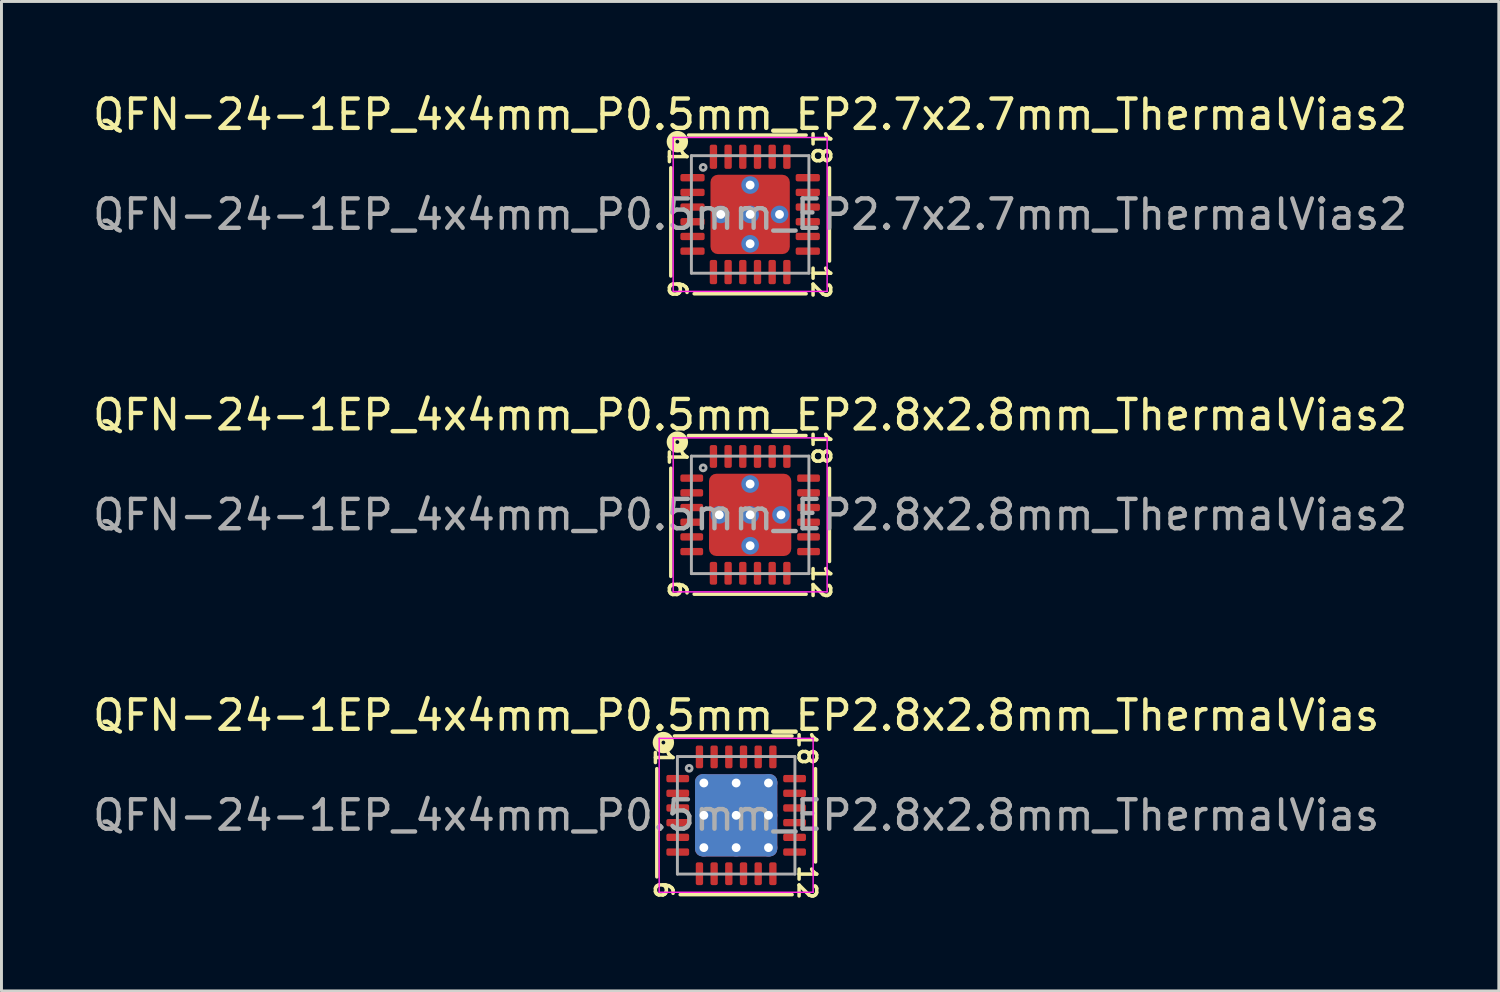
<source format=kicad_pcb>
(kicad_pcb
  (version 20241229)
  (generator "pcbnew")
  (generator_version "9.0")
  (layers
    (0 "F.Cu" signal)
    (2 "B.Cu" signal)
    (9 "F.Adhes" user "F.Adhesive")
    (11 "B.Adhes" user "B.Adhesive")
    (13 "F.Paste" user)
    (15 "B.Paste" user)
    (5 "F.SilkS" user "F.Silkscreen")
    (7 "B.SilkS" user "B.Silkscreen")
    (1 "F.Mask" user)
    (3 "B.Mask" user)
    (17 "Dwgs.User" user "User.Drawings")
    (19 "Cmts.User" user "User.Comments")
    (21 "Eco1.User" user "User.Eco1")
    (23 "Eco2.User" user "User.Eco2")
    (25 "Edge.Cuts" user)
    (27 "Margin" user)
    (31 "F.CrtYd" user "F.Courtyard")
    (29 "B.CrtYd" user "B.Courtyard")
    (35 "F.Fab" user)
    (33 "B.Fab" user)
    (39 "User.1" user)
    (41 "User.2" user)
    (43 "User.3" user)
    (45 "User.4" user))
  (footprint "QFN-24-1EP_4x4mm_P0.5mm_EP2.8x2.8mm_ThermalVias"
    (layer "F.Cu")
    (at 22.006 24.7)
    (property "Reference" "QFN-24-1EP_4x4mm_P0.5mm_EP2.8x2.8mm_ThermalVias" (at 0 -3.4 0) (layer "F.SilkS") (effects (font (size 1 1) (thickness 0.15))))
    (attr smd)
    (fp_line (start -2.7 -1.587) (end -2.7 2.095) (stroke (width 0.12) (type solid)) (layer "F.SilkS"))
    (fp_line (start -1.905 2.7) (end 1.905 2.7) (stroke (width 0.12) (type solid)) (layer "F.SilkS"))
    (fp_line (start 1.9 -2.7) (end -2.1 -2.7) (stroke (width 0.12) (type solid)) (layer "F.SilkS"))
    (fp_line (start 2.7 1.587) (end 2.7 -1.587) (stroke (width 0.12) (type solid)) (layer "F.SilkS"))
    (fp_circle (center -2.477 -2.477) (end -2.413 -2.477) (stroke (width 0.3) (type solid)) (fill no) (layer "F.SilkS"))
    (fp_line (start -2.62 -2.62) (end -2.62 2.62) (stroke (width 0.05) (type solid)) (layer "F.CrtYd"))
    (fp_line (start -2.62 2.62) (end 2.62 2.62) (stroke (width 0.05) (type solid)) (layer "F.CrtYd"))
    (fp_line (start 2.62 -2.62) (end -2.62 -2.62) (stroke (width 0.05) (type solid)) (layer "F.CrtYd"))
    (fp_line (start 2.62 2.62) (end 2.62 -2.62) (stroke (width 0.05) (type solid)) (layer "F.CrtYd"))
    (fp_line (start -2 -2) (end 2 -2) (stroke (width 0.1) (type solid)) (layer "F.Fab"))
    (fp_line (start -2 2) (end -2 -2) (stroke (width 0.1) (type solid)) (layer "F.Fab"))
    (fp_line (start 2 -2) (end 2 2) (stroke (width 0.1) (type solid)) (layer "F.Fab"))
    (fp_line (start 2 2) (end -2 2) (stroke (width 0.1) (type solid)) (layer "F.Fab"))
    (fp_circle (center -1.6 -1.6) (end -1.5 -1.6) (stroke (width 0.1) (type solid)) (fill no) (layer "F.Fab"))
    (fp_text user "1" (at -2.477 -1.968 270) (unlocked yes) (layer "F.SilkS") (effects (font (size 0.6 0.6) (thickness 0.12))))
    (fp_text user "12" (at 2.413 2.286 270) (unlocked yes) (layer "F.SilkS") (effects (font (size 0.6 0.6) (thickness 0.12))))
    (fp_text user "6" (at -2.477 2.54 270) (unlocked yes) (layer "F.SilkS") (effects (font (size 0.6 0.6) (thickness 0.12))))
    (fp_text user "18" (at 2.413 -2.286 270) (unlocked yes) (layer "F.SilkS") (effects (font (size 0.6 0.6) (thickness 0.12))))
    (fp_text user "${REFERENCE}" (at 0 0 0) (layer "F.Fab") (effects (font (size 1 1) (thickness 0.15))))
    (pad "" smd roundrect (at -0.7 -0.7) (size 1.21 1.21) (layers "F.Paste") (roundrect_rratio 0.207))
    (pad "" smd roundrect (at -0.7 0.7) (size 1.21 1.21) (layers "F.Paste") (roundrect_rratio 0.207))
    (pad "" smd roundrect (at 0.7 -0.7) (size 1.21 1.21) (layers "F.Paste") (roundrect_rratio 0.207))
    (pad "" smd roundrect (at 0.7 0.7) (size 1.21 1.21) (layers "F.Paste") (roundrect_rratio 0.207))
    (pad "1" smd roundrect (at -1.988 -1.25) (size 0.775 0.25) (layers "F.Cu" "F.Mask" "F.Paste") (roundrect_rratio 0.25))
    (pad "2" smd roundrect (at -1.988 -0.75) (size 0.775 0.25) (layers "F.Cu" "F.Mask" "F.Paste") (roundrect_rratio 0.25))
    (pad "3" smd roundrect (at -1.988 -0.25) (size 0.775 0.25) (layers "F.Cu" "F.Mask" "F.Paste") (roundrect_rratio 0.25))
    (pad "4" smd roundrect (at -1.988 0.25) (size 0.775 0.25) (layers "F.Cu" "F.Mask" "F.Paste") (roundrect_rratio 0.25))
    (pad "5" smd roundrect (at -1.988 0.75) (size 0.775 0.25) (layers "F.Cu" "F.Mask" "F.Paste") (roundrect_rratio 0.25))
    (pad "6" smd roundrect (at -1.988 1.25) (size 0.775 0.25) (layers "F.Cu" "F.Mask" "F.Paste") (roundrect_rratio 0.25))
    (pad "7" smd roundrect (at -1.25 1.988) (size 0.25 0.775) (layers "F.Cu" "F.Mask" "F.Paste") (roundrect_rratio 0.25))
    (pad "8" smd roundrect (at -0.75 1.988) (size 0.25 0.775) (layers "F.Cu" "F.Mask" "F.Paste") (roundrect_rratio 0.25))
    (pad "9" smd roundrect (at -0.25 1.988) (size 0.25 0.775) (layers "F.Cu" "F.Mask" "F.Paste") (roundrect_rratio 0.25))
    (pad "10" smd roundrect (at 0.25 1.988) (size 0.25 0.775) (layers "F.Cu" "F.Mask" "F.Paste") (roundrect_rratio 0.25))
    (pad "11" smd roundrect (at 0.75 1.988) (size 0.25 0.775) (layers "F.Cu" "F.Mask" "F.Paste") (roundrect_rratio 0.25))
    (pad "12" smd roundrect (at 1.25 1.988) (size 0.25 0.775) (layers "F.Cu" "F.Mask" "F.Paste") (roundrect_rratio 0.25))
    (pad "13" smd roundrect (at 1.988 1.25) (size 0.775 0.25) (layers "F.Cu" "F.Mask" "F.Paste") (roundrect_rratio 0.25))
    (pad "14" smd roundrect (at 1.988 0.75) (size 0.775 0.25) (layers "F.Cu" "F.Mask" "F.Paste") (roundrect_rratio 0.25))
    (pad "15" smd roundrect (at 1.988 0.25) (size 0.775 0.25) (layers "F.Cu" "F.Mask" "F.Paste") (roundrect_rratio 0.25))
    (pad "16" smd roundrect (at 1.988 -0.25) (size 0.775 0.25) (layers "F.Cu" "F.Mask" "F.Paste") (roundrect_rratio 0.25))
    (pad "17" smd roundrect (at 1.988 -0.75) (size 0.775 0.25) (layers "F.Cu" "F.Mask" "F.Paste") (roundrect_rratio 0.25))
    (pad "18" smd roundrect (at 1.988 -1.25) (size 0.775 0.25) (layers "F.Cu" "F.Mask" "F.Paste") (roundrect_rratio 0.25))
    (pad "19" smd roundrect (at 1.25 -1.988) (size 0.25 0.775) (layers "F.Cu" "F.Mask" "F.Paste") (roundrect_rratio 0.25))
    (pad "20" smd roundrect (at 0.75 -1.988) (size 0.25 0.775) (layers "F.Cu" "F.Mask" "F.Paste") (roundrect_rratio 0.25))
    (pad "21" smd roundrect (at 0.25 -1.988) (size 0.25 0.775) (layers "F.Cu" "F.Mask" "F.Paste") (roundrect_rratio 0.25))
    (pad "22" smd roundrect (at -0.25 -1.988) (size 0.25 0.775) (layers "F.Cu" "F.Mask" "F.Paste") (roundrect_rratio 0.25))
    (pad "23" smd roundrect (at -0.75 -1.988) (size 0.25 0.775) (layers "F.Cu" "F.Mask" "F.Paste") (roundrect_rratio 0.25))
    (pad "24" smd roundrect (at -1.25 -1.988) (size 0.25 0.775) (layers "F.Cu" "F.Mask" "F.Paste") (roundrect_rratio 0.25))
    (pad "25" thru_hole circle (at -1.1 -1.1) (size 0.6 0.6) (drill 0.3) (property pad_prop_heatsink) (layers "*.Cu"))
    (pad "25" thru_hole circle (at -1.1 0) (size 0.6 0.6) (drill 0.3) (property pad_prop_heatsink) (layers "*.Cu"))
    (pad "25" thru_hole circle (at -1.1 1.1) (size 0.6 0.6) (drill 0.3) (property pad_prop_heatsink) (layers "*.Cu"))
    (pad "25" thru_hole circle (at 0 -1.1) (size 0.6 0.6) (drill 0.3) (property pad_prop_heatsink) (layers "*.Cu"))
    (pad "25" thru_hole circle (at 0 0) (size 0.6 0.6) (drill 0.3) (property pad_prop_heatsink) (layers "*.Cu"))
    (pad "25" smd roundrect (at 0 0) (size 2.8 2.8) (layers "F.Cu" "F.Mask") (roundrect_rratio 0.089))
    (pad "25" smd roundrect (at 0 0) (size 2.8 2.8) (layers "B.Cu" "B.Mask") (roundrect_rratio 0.089))
    (pad "25" thru_hole circle (at 0 1.1) (size 0.6 0.6) (drill 0.3) (property pad_prop_heatsink) (layers "*.Cu"))
    (pad "25" thru_hole circle (at 1.1 -1.1) (size 0.6 0.6) (drill 0.3) (property pad_prop_heatsink) (layers "*.Cu"))
    (pad "25" thru_hole circle (at 1.1 0) (size 0.6 0.6) (drill 0.3) (property pad_prop_heatsink) (layers "*.Cu"))
    (pad "25" thru_hole circle (at 1.1 1.1) (size 0.6 0.6) (drill 0.3) (property pad_prop_heatsink) (layers "*.Cu")))
  (footprint "QFN-24-1EP_4x4mm_P0.5mm_EP2.8x2.8mm_ThermalVias2"
    (layer "F.Cu")
    (at 22.482 14.474)
    (property "Reference" "QFN-24-1EP_4x4mm_P0.5mm_EP2.8x2.8mm_ThermalVias2" (at 0 -3.4 0) (layer "F.SilkS") (effects (font (size 1 1) (thickness 0.15))))
    (attr smd)
    (fp_line (start -2.7 -1.587) (end -2.7 2.095) (stroke (width 0.12) (type solid)) (layer "F.SilkS"))
    (fp_line (start -1.905 2.7) (end 1.905 2.7) (stroke (width 0.12) (type solid)) (layer "F.SilkS"))
    (fp_line (start 1.9 -2.7) (end -2.1 -2.7) (stroke (width 0.12) (type solid)) (layer "F.SilkS"))
    (fp_line (start 2.7 1.587) (end 2.7 -1.587) (stroke (width 0.12) (type solid)) (layer "F.SilkS"))
    (fp_circle (center -2.477 -2.477) (end -2.413 -2.477) (stroke (width 0.3) (type solid)) (fill no) (layer "F.SilkS"))
    (fp_line (start -2.62 -2.62) (end -2.62 2.62) (stroke (width 0.05) (type solid)) (layer "F.CrtYd"))
    (fp_line (start -2.62 2.62) (end 2.62 2.62) (stroke (width 0.05) (type solid)) (layer "F.CrtYd"))
    (fp_line (start 2.62 -2.62) (end -2.62 -2.62) (stroke (width 0.05) (type solid)) (layer "F.CrtYd"))
    (fp_line (start 2.62 2.62) (end 2.62 -2.62) (stroke (width 0.05) (type solid)) (layer "F.CrtYd"))
    (fp_line (start -2 -2) (end 2 -2) (stroke (width 0.1) (type solid)) (layer "F.Fab"))
    (fp_line (start -2 2) (end -2 -2) (stroke (width 0.1) (type solid)) (layer "F.Fab"))
    (fp_line (start 2 -2) (end 2 2) (stroke (width 0.1) (type solid)) (layer "F.Fab"))
    (fp_line (start 2 2) (end -2 2) (stroke (width 0.1) (type solid)) (layer "F.Fab"))
    (fp_circle (center -1.6 -1.6) (end -1.5 -1.6) (stroke (width 0.1) (type solid)) (fill no) (layer "F.Fab"))
    (fp_text user "1" (at -2.477 -1.968 270) (unlocked yes) (layer "F.SilkS") (effects (font (size 0.6 0.6) (thickness 0.12))))
    (fp_text user "6" (at -2.477 2.54 270) (unlocked yes) (layer "F.SilkS") (effects (font (size 0.6 0.6) (thickness 0.12))))
    (fp_text user "12" (at 2.413 2.286 270) (unlocked yes) (layer "F.SilkS") (effects (font (size 0.6 0.6) (thickness 0.12))))
    (fp_text user "18" (at 2.413 -2.286 270) (unlocked yes) (layer "F.SilkS") (effects (font (size 0.6 0.6) (thickness 0.12))))
    (fp_text user "${REFERENCE}" (at 0 0 0) (layer "F.Fab") (effects (font (size 1 1) (thickness 0.15))))
    (pad "" smd roundrect (at -0.8 -0.8) (size 0.8 0.8) (layers "F.Paste") (roundrect_rratio 0.25))
    (pad "" smd roundrect (at -0.8 -0.8) (size 1 1) (layers "F.Mask") (roundrect_rratio 0.238))
    (pad "" smd roundrect (at -0.8 0.8) (size 0.8 0.8) (layers "F.Paste") (roundrect_rratio 0.25))
    (pad "" smd roundrect (at -0.8 0.8) (size 1 1) (layers "F.Mask") (roundrect_rratio 0.238))
    (pad "" smd roundrect (at 0.8 -0.8) (size 0.8 0.8) (layers "F.Paste") (roundrect_rratio 0.25))
    (pad "" smd roundrect (at 0.8 -0.8) (size 1 1) (layers "F.Mask") (roundrect_rratio 0.238))
    (pad "" smd roundrect (at 0.8 0.8) (size 0.8 0.8) (layers "F.Paste") (roundrect_rratio 0.25))
    (pad "" smd roundrect (at 0.8 0.8) (size 1 1) (layers "F.Mask") (roundrect_rratio 0.238))
    (pad "1" smd roundrect (at -1.988 -1.25) (size 0.775 0.25) (layers "F.Cu" "F.Mask" "F.Paste") (roundrect_rratio 0.25))
    (pad "2" smd roundrect (at -1.988 -0.75) (size 0.775 0.25) (layers "F.Cu" "F.Mask" "F.Paste") (roundrect_rratio 0.25))
    (pad "3" smd roundrect (at -1.988 -0.25) (size 0.775 0.25) (layers "F.Cu" "F.Mask" "F.Paste") (roundrect_rratio 0.25))
    (pad "4" smd roundrect (at -1.988 0.25) (size 0.775 0.25) (layers "F.Cu" "F.Mask" "F.Paste") (roundrect_rratio 0.25))
    (pad "5" smd roundrect (at -1.988 0.75) (size 0.775 0.25) (layers "F.Cu" "F.Mask" "F.Paste") (roundrect_rratio 0.25))
    (pad "6" smd roundrect (at -1.988 1.25) (size 0.775 0.25) (layers "F.Cu" "F.Mask" "F.Paste") (roundrect_rratio 0.25))
    (pad "7" smd roundrect (at -1.25 1.988) (size 0.25 0.775) (layers "F.Cu" "F.Mask" "F.Paste") (roundrect_rratio 0.25))
    (pad "8" smd roundrect (at -0.75 1.988) (size 0.25 0.775) (layers "F.Cu" "F.Mask" "F.Paste") (roundrect_rratio 0.25))
    (pad "9" smd roundrect (at -0.25 1.988) (size 0.25 0.775) (layers "F.Cu" "F.Mask" "F.Paste") (roundrect_rratio 0.25))
    (pad "10" smd roundrect (at 0.25 1.988) (size 0.25 0.775) (layers "F.Cu" "F.Mask" "F.Paste") (roundrect_rratio 0.25))
    (pad "11" smd roundrect (at 0.75 1.988) (size 0.25 0.775) (layers "F.Cu" "F.Mask" "F.Paste") (roundrect_rratio 0.25))
    (pad "12" smd roundrect (at 1.25 1.988) (size 0.25 0.775) (layers "F.Cu" "F.Mask" "F.Paste") (roundrect_rratio 0.25))
    (pad "13" smd roundrect (at 1.988 1.25) (size 0.775 0.25) (layers "F.Cu" "F.Mask" "F.Paste") (roundrect_rratio 0.25))
    (pad "14" smd roundrect (at 1.988 0.75) (size 0.775 0.25) (layers "F.Cu" "F.Mask" "F.Paste") (roundrect_rratio 0.25))
    (pad "15" smd roundrect (at 1.988 0.25) (size 0.775 0.25) (layers "F.Cu" "F.Mask" "F.Paste") (roundrect_rratio 0.25))
    (pad "16" smd roundrect (at 1.988 -0.25) (size 0.775 0.25) (layers "F.Cu" "F.Mask" "F.Paste") (roundrect_rratio 0.25))
    (pad "17" smd roundrect (at 1.988 -0.75) (size 0.775 0.25) (layers "F.Cu" "F.Mask" "F.Paste") (roundrect_rratio 0.25))
    (pad "18" smd roundrect (at 1.988 -1.25) (size 0.775 0.25) (layers "F.Cu" "F.Mask" "F.Paste") (roundrect_rratio 0.25))
    (pad "19" smd roundrect (at 1.25 -1.988) (size 0.25 0.775) (layers "F.Cu" "F.Mask" "F.Paste") (roundrect_rratio 0.25))
    (pad "20" smd roundrect (at 0.75 -1.988) (size 0.25 0.775) (layers "F.Cu" "F.Mask" "F.Paste") (roundrect_rratio 0.25))
    (pad "21" smd roundrect (at 0.25 -1.988) (size 0.25 0.775) (layers "F.Cu" "F.Mask" "F.Paste") (roundrect_rratio 0.25))
    (pad "22" smd roundrect (at -0.25 -1.988) (size 0.25 0.775) (layers "F.Cu" "F.Mask" "F.Paste") (roundrect_rratio 0.25))
    (pad "23" smd roundrect (at -0.75 -1.988) (size 0.25 0.775) (layers "F.Cu" "F.Mask" "F.Paste") (roundrect_rratio 0.25))
    (pad "24" smd roundrect (at -1.25 -1.988) (size 0.25 0.775) (layers "F.Cu" "F.Mask" "F.Paste") (roundrect_rratio 0.25))
    (pad "25" thru_hole circle (at -1.05 0) (size 0.6 0.6) (drill 0.3) (property pad_prop_heatsink) (layers "*.Cu" "*.Mask"))
    (pad "25" thru_hole circle (at 0 -1.05) (size 0.6 0.6) (drill 0.3) (property pad_prop_heatsink) (layers "*.Cu" "*.Mask"))
    (pad "25" thru_hole circle (at 0 0) (size 0.6 0.6) (drill 0.3) (property pad_prop_heatsink) (layers "*.Cu" "*.Mask"))
    (pad "25" smd roundrect (at 0 0) (size 2.8 2.8) (layers "F.Cu") (roundrect_rratio 0.089))
    (pad "25" thru_hole circle (at 0 1.05) (size 0.6 0.6) (drill 0.3) (property pad_prop_heatsink) (layers "*.Cu" "*.Mask"))
    (pad "25" thru_hole circle (at 1.05 0) (size 0.6 0.6) (drill 0.3) (property pad_prop_heatsink) (layers "*.Cu" "*.Mask")))
  (footprint "QFN-24-1EP_4x4mm_P0.5mm_EP2.7x2.7mm_ThermalVias2"
    (layer "F.Cu")
    (at 22.482 4.248)
    (property "Reference" "QFN-24-1EP_4x4mm_P0.5mm_EP2.7x2.7mm_ThermalVias2" (at 0 -3.4 0) (layer "F.SilkS") (effects (font (size 1 1) (thickness 0.15))))
    (attr smd)
    (fp_line (start -2.7 -1.587) (end -2.7 2.095) (stroke (width 0.12) (type solid)) (layer "F.SilkS"))
    (fp_line (start -1.905 2.7) (end 1.905 2.7) (stroke (width 0.12) (type solid)) (layer "F.SilkS"))
    (fp_line (start 1.905 -2.7) (end -2.095 -2.7) (stroke (width 0.12) (type solid)) (layer "F.SilkS"))
    (fp_line (start 2.7 1.587) (end 2.7 -1.587) (stroke (width 0.12) (type solid)) (layer "F.SilkS"))
    (fp_circle (center -2.477 -2.477) (end -2.413 -2.477) (stroke (width 0.3) (type solid)) (fill no) (layer "F.SilkS"))
    (fp_line (start -2.62 -2.62) (end -2.62 2.62) (stroke (width 0.05) (type solid)) (layer "F.CrtYd"))
    (fp_line (start -2.62 2.62) (end 2.62 2.62) (stroke (width 0.05) (type solid)) (layer "F.CrtYd"))
    (fp_line (start 2.62 -2.62) (end -2.62 -2.62) (stroke (width 0.05) (type solid)) (layer "F.CrtYd"))
    (fp_line (start 2.62 2.62) (end 2.62 -2.62) (stroke (width 0.05) (type solid)) (layer "F.CrtYd"))
    (fp_line (start -2 -2) (end 2 -2) (stroke (width 0.1) (type solid)) (layer "F.Fab"))
    (fp_line (start -2 2) (end -2 -2) (stroke (width 0.1) (type solid)) (layer "F.Fab"))
    (fp_line (start 2 -2) (end 2 2) (stroke (width 0.1) (type solid)) (layer "F.Fab"))
    (fp_line (start 2 2) (end -2 2) (stroke (width 0.1) (type solid)) (layer "F.Fab"))
    (fp_circle (center -1.6 -1.6) (end -1.5 -1.6) (stroke (width 0.1) (type solid)) (fill no) (layer "F.Fab"))
    (fp_text user "6" (at -2.477 2.54 270) (unlocked yes) (layer "F.SilkS") (effects (font (size 0.6 0.6) (thickness 0.12))))
    (fp_text user "12" (at 2.413 2.286 270) (unlocked yes) (layer "F.SilkS") (effects (font (size 0.6 0.6) (thickness 0.12))))
    (fp_text user "1" (at -2.477 -1.968 270) (unlocked yes) (layer "F.SilkS") (effects (font (size 0.6 0.6) (thickness 0.12))))
    (fp_text user "18" (at 2.413 -2.286 270) (unlocked yes) (layer "F.SilkS") (effects (font (size 0.6 0.6) (thickness 0.12))))
    (fp_text user "${REFERENCE}" (at 0 0 0) (layer "F.Fab") (effects (font (size 1 1) (thickness 0.15))))
    (pad "" smd roundrect (at -0.775 -0.775) (size 0.75 0.75) (layers "F.Paste") (roundrect_rratio 0.25))
    (pad "" smd roundrect (at -0.775 -0.775) (size 0.95 0.95) (layers "F.Mask") (roundrect_rratio 0.25))
    (pad "" smd roundrect (at -0.775 0.775) (size 0.75 0.75) (layers "F.Paste") (roundrect_rratio 0.25))
    (pad "" smd roundrect (at -0.775 0.775) (size 0.95 0.95) (layers "F.Mask") (roundrect_rratio 0.25))
    (pad "" smd roundrect (at 0.775 -0.775) (size 0.75 0.75) (layers "F.Paste") (roundrect_rratio 0.25))
    (pad "" smd roundrect (at 0.775 -0.775) (size 0.95 0.95) (layers "F.Mask") (roundrect_rratio 0.25))
    (pad "" smd roundrect (at 0.775 0.775) (size 0.75 0.75) (layers "F.Paste") (roundrect_rratio 0.25))
    (pad "" smd roundrect (at 0.775 0.775) (size 0.95 0.95) (layers "F.Mask") (roundrect_rratio 0.25))
    (pad "1" smd roundrect (at -1.962 -1.25) (size 0.825 0.25) (layers "F.Cu" "F.Mask" "F.Paste") (roundrect_rratio 0.25))
    (pad "2" smd roundrect (at -1.962 -0.75) (size 0.825 0.25) (layers "F.Cu" "F.Mask" "F.Paste") (roundrect_rratio 0.25))
    (pad "3" smd roundrect (at -1.962 -0.25) (size 0.825 0.25) (layers "F.Cu" "F.Mask" "F.Paste") (roundrect_rratio 0.25))
    (pad "4" smd roundrect (at -1.962 0.25) (size 0.825 0.25) (layers "F.Cu" "F.Mask" "F.Paste") (roundrect_rratio 0.25))
    (pad "5" smd roundrect (at -1.962 0.75) (size 0.825 0.25) (layers "F.Cu" "F.Mask" "F.Paste") (roundrect_rratio 0.25))
    (pad "6" smd roundrect (at -1.962 1.25) (size 0.825 0.25) (layers "F.Cu" "F.Mask" "F.Paste") (roundrect_rratio 0.25))
    (pad "7" smd roundrect (at -1.25 1.962) (size 0.25 0.825) (layers "F.Cu" "F.Mask" "F.Paste") (roundrect_rratio 0.25))
    (pad "8" smd roundrect (at -0.75 1.962) (size 0.25 0.825) (layers "F.Cu" "F.Mask" "F.Paste") (roundrect_rratio 0.25))
    (pad "9" smd roundrect (at -0.25 1.962) (size 0.25 0.825) (layers "F.Cu" "F.Mask" "F.Paste") (roundrect_rratio 0.25))
    (pad "10" smd roundrect (at 0.25 1.962) (size 0.25 0.825) (layers "F.Cu" "F.Mask" "F.Paste") (roundrect_rratio 0.25))
    (pad "11" smd roundrect (at 0.75 1.962) (size 0.25 0.825) (layers "F.Cu" "F.Mask" "F.Paste") (roundrect_rratio 0.25))
    (pad "12" smd roundrect (at 1.25 1.962) (size 0.25 0.825) (layers "F.Cu" "F.Mask" "F.Paste") (roundrect_rratio 0.25))
    (pad "13" smd roundrect (at 1.962 1.25) (size 0.825 0.25) (layers "F.Cu" "F.Mask" "F.Paste") (roundrect_rratio 0.25))
    (pad "14" smd roundrect (at 1.962 0.75) (size 0.825 0.25) (layers "F.Cu" "F.Mask" "F.Paste") (roundrect_rratio 0.25))
    (pad "15" smd roundrect (at 1.962 0.25) (size 0.825 0.25) (layers "F.Cu" "F.Mask" "F.Paste") (roundrect_rratio 0.25))
    (pad "16" smd roundrect (at 1.962 -0.25) (size 0.825 0.25) (layers "F.Cu" "F.Mask" "F.Paste") (roundrect_rratio 0.25))
    (pad "17" smd roundrect (at 1.962 -0.75) (size 0.825 0.25) (layers "F.Cu" "F.Mask" "F.Paste") (roundrect_rratio 0.25))
    (pad "18" smd roundrect (at 1.962 -1.25) (size 0.825 0.25) (layers "F.Cu" "F.Mask" "F.Paste") (roundrect_rratio 0.25))
    (pad "19" smd roundrect (at 1.25 -1.962) (size 0.25 0.825) (layers "F.Cu" "F.Mask" "F.Paste") (roundrect_rratio 0.25))
    (pad "20" smd roundrect (at 0.75 -1.962) (size 0.25 0.825) (layers "F.Cu" "F.Mask" "F.Paste") (roundrect_rratio 0.25))
    (pad "21" smd roundrect (at 0.25 -1.962) (size 0.25 0.825) (layers "F.Cu" "F.Mask" "F.Paste") (roundrect_rratio 0.25))
    (pad "22" smd roundrect (at -0.25 -1.962) (size 0.25 0.825) (layers "F.Cu" "F.Mask" "F.Paste") (roundrect_rratio 0.25))
    (pad "23" smd roundrect (at -0.75 -1.962) (size 0.25 0.825) (layers "F.Cu" "F.Mask" "F.Paste") (roundrect_rratio 0.25))
    (pad "24" smd roundrect (at -1.25 -1.962) (size 0.25 0.825) (layers "F.Cu" "F.Mask" "F.Paste") (roundrect_rratio 0.25))
    (pad "25" thru_hole circle (at -1 0) (size 0.6 0.6) (drill 0.3) (property pad_prop_heatsink) (layers "*.Cu" "*.Mask"))
    (pad "25" thru_hole circle (at 0 -1) (size 0.6 0.6) (drill 0.3) (property pad_prop_heatsink) (layers "*.Cu" "*.Mask"))
    (pad "25" thru_hole circle (at 0 0) (size 0.6 0.6) (drill 0.3) (property pad_prop_heatsink) (layers "*.Cu" "*.Mask"))
    (pad "25" smd roundrect (at 0 0) (size 2.7 2.7) (layers "F.Cu") (roundrect_rratio 0.093))
    (pad "25" thru_hole circle (at 0 1) (size 0.6 0.6) (drill 0.3) (property pad_prop_heatsink) (layers "*.Cu" "*.Mask"))
    (pad "25" thru_hole circle (at 1 0) (size 0.6 0.6) (drill 0.3) (property pad_prop_heatsink) (layers "*.Cu" "*.Mask")))
  (gr_rect
    (start -3 -3)
    (end 47.964 30.677)
    (stroke (width 0.1) (type default))
    (fill no)
    (layer "Edge.Cuts")))
</source>
